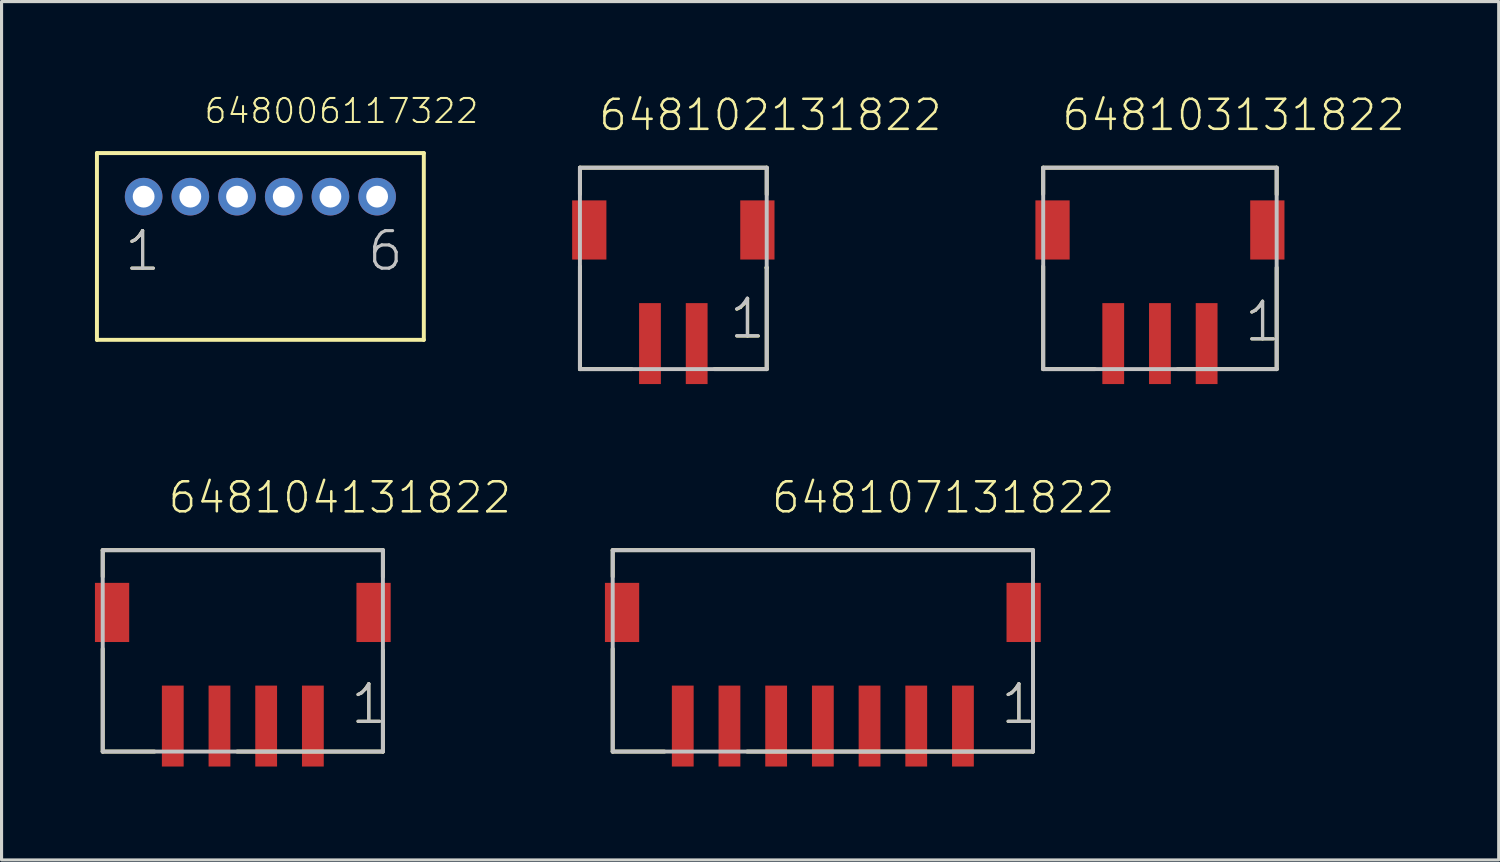
<source format=kicad_pcb>
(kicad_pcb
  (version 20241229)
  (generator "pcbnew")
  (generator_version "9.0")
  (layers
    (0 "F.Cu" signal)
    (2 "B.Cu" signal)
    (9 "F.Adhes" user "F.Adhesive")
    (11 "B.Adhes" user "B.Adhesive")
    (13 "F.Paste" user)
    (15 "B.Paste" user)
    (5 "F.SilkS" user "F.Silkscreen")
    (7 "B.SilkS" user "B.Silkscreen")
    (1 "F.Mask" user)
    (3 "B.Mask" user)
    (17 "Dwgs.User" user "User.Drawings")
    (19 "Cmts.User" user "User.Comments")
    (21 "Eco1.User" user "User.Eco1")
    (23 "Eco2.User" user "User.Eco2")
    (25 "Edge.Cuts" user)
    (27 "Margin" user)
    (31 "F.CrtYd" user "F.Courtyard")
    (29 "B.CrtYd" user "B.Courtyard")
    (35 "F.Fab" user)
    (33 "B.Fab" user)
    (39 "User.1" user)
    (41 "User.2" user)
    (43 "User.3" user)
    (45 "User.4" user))
  (footprint "648102131822"
    (layer "F.Cu")
    (at 18.579 7.987)
    (property "Reference" "648102131822" (at -2.45 -6.777 0) (layer "F.SilkS") (effects (font (size 0.965 0.965) (thickness 0.081)) (justify left bottom)))
    (attr through_hole)
    (fp_line (start -3 -5.65) (end 3 -5.65) (stroke (width 0.127) (type solid)) (layer "F.SilkS"))
    (fp_line (start -3 -4.8) (end -3 -5.65) (stroke (width 0.127) (type solid)) (layer "F.SilkS"))
    (fp_line (start -3 -2.48) (end -3 0.82) (stroke (width 0.127) (type solid)) (layer "F.SilkS"))
    (fp_line (start -3 0.82) (end -1.34 0.82) (stroke (width 0.127) (type solid)) (layer "F.SilkS"))
    (fp_line (start 2.99 -2.44) (end 3 -2.44) (stroke (width 0.127) (type solid)) (layer "F.SilkS"))
    (fp_line (start 3 -5.65) (end 3 -4.79) (stroke (width 0.127) (type solid)) (layer "F.SilkS"))
    (fp_line (start 3 -2.44) (end 3 0.82) (stroke (width 0.127) (type solid)) (layer "F.SilkS"))
    (fp_line (start 3 0.82) (end 1.32 0.82) (stroke (width 0.127) (type solid)) (layer "F.SilkS"))
    (fp_line (start -3 -5.65) (end -3 0.82) (stroke (width 0.127) (type solid)) (layer "Dwgs.User"))
    (fp_line (start -3 0.82) (end 3 0.82) (stroke (width 0.127) (type solid)) (layer "Dwgs.User"))
    (fp_line (start 3 -5.65) (end -3 -5.65) (stroke (width 0.127) (type solid)) (layer "Dwgs.User"))
    (fp_line (start 3 0.82) (end 3 -5.65) (stroke (width 0.127) (type solid)) (layer "Dwgs.User"))
    (fp_text user "1" (at 1.745 -0.09 0) (layer "F.SilkS") (effects (font (size 1.206 1.206) (thickness 0.102)) (justify left bottom)))
    (fp_text user "1" (at 1.735 -0.1 0) (layer "Dwgs.User") (effects (font (size 1.206 1.206) (thickness 0.102)) (justify left bottom)))
    (pad "1" smd rect (at 0.75 0 180) (size 0.7 2.6) (layers "F.Cu" "F.Mask" "F.Paste"))
    (pad "2" smd rect (at -0.75 0 180) (size 0.7 2.6) (layers "F.Cu" "F.Mask" "F.Paste"))
    (pad "Z1" smd rect (at -2.7 -3.65 180) (size 1.1 1.9) (layers "F.Cu" "F.Mask" "F.Paste"))
    (pad "Z2" smd rect (at 2.7 -3.65 180) (size 1.1 1.9) (layers "F.Cu" "F.Mask" "F.Paste")))
  (footprint "648103131822"
    (layer "F.Cu")
    (at 34.21 7.987)
    (property "Reference" "648103131822" (at -3.2 -6.777 0) (layer "F.SilkS") (effects (font (size 0.965 0.965) (thickness 0.081)) (justify left bottom)))
    (attr through_hole)
    (fp_line (start -3.75 -5.65) (end 3.75 -5.65) (stroke (width 0.127) (type solid)) (layer "F.SilkS"))
    (fp_line (start -3.75 -4.8) (end -3.75 -5.65) (stroke (width 0.127) (type solid)) (layer "F.SilkS"))
    (fp_line (start -3.75 -2.48) (end -3.75 0.82) (stroke (width 0.127) (type solid)) (layer "F.SilkS"))
    (fp_line (start -3.75 0.82) (end -2.09 0.82) (stroke (width 0.127) (type solid)) (layer "F.SilkS"))
    (fp_line (start 3.75 -5.65) (end 3.75 -4.79) (stroke (width 0.127) (type solid)) (layer "F.SilkS"))
    (fp_line (start 3.75 -2.44) (end 3.75 0.82) (stroke (width 0.127) (type solid)) (layer "F.SilkS"))
    (fp_line (start 3.75 0.82) (end 0.57 0.82) (stroke (width 0.127) (type solid)) (layer "F.SilkS"))
    (fp_line (start -3.75 -5.65) (end -3.75 0.82) (stroke (width 0.127) (type solid)) (layer "Dwgs.User"))
    (fp_line (start -3.75 0.82) (end 3.75 0.82) (stroke (width 0.127) (type solid)) (layer "Dwgs.User"))
    (fp_line (start 3.75 -5.65) (end -3.75 -5.65) (stroke (width 0.127) (type solid)) (layer "Dwgs.User"))
    (fp_line (start 3.75 0.82) (end 3.75 -5.65) (stroke (width 0.127) (type solid)) (layer "Dwgs.User"))
    (fp_text user "1" (at 2.655 0 0) (layer "F.SilkS") (effects (font (size 1.206 1.206) (thickness 0.102)) (justify left bottom)))
    (fp_text user "1" (at 2.655 0 0) (layer "Dwgs.User") (effects (font (size 1.206 1.206) (thickness 0.102)) (justify left bottom)))
    (pad "1" smd rect (at 1.5 0 180) (size 0.7 2.6) (layers "F.Cu" "F.Mask" "F.Paste"))
    (pad "2" smd rect (at 0 0 180) (size 0.7 2.6) (layers "F.Cu" "F.Mask" "F.Paste"))
    (pad "3" smd rect (at -1.5 0 180) (size 0.7 2.6) (layers "F.Cu" "F.Mask" "F.Paste"))
    (pad "Z1" smd rect (at -3.45 -3.65 180) (size 1.1 1.9) (layers "F.Cu" "F.Mask" "F.Paste"))
    (pad "Z2" smd rect (at 3.45 -3.65 180) (size 1.1 1.9) (layers "F.Cu" "F.Mask" "F.Paste")))
  (footprint "648006117322"
    (layer "F.Cu")
    (at 5.314 3.267)
    (property "Reference" "648006117322" (at -1.85 -2.3 0) (layer "F.SilkS") (effects (font (size 0.772 0.772) (thickness 0.065)) (justify left bottom)))
    (attr through_hole)
    (fp_line (start -5.25 -1.4) (end 5.25 -1.4) (stroke (width 0.127) (type solid)) (layer "F.SilkS"))
    (fp_line (start -5.25 4.6) (end -5.25 -1.4) (stroke (width 0.127) (type solid)) (layer "F.SilkS"))
    (fp_line (start 5.25 -1.4) (end 5.25 4.6) (stroke (width 0.127) (type solid)) (layer "F.SilkS"))
    (fp_line (start 5.25 4.6) (end -5.25 4.6) (stroke (width 0.127) (type solid)) (layer "F.SilkS"))
    (fp_text user "1" (at -4.425 2.45 0) (layer "F.SilkS") (effects (font (size 1.206 1.206) (thickness 0.102)) (justify left bottom)))
    (fp_text user "1" (at -4.425 2.45 0) (layer "Dwgs.User") (effects (font (size 1.206 1.206) (thickness 0.102)) (justify left bottom)))
    (fp_text user "6" (at 3.375 2.45 0) (layer "Dwgs.User") (effects (font (size 1.206 1.206) (thickness 0.102)) (justify left bottom)))
    (pad "1" thru_hole circle (at -3.75 0) (size 1.208 1.208) (drill 0.7) (layers "*.Cu" "*.Mask"))
    (pad "2" thru_hole circle (at -2.25 0) (size 1.208 1.208) (drill 0.7) (layers "*.Cu" "*.Mask"))
    (pad "3" thru_hole circle (at -0.75 0) (size 1.208 1.208) (drill 0.7) (layers "*.Cu" "*.Mask"))
    (pad "4" thru_hole circle (at 0.75 0) (size 1.208 1.208) (drill 0.7) (layers "*.Cu" "*.Mask"))
    (pad "5" thru_hole circle (at 2.25 0) (size 1.208 1.208) (drill 0.7) (layers "*.Cu" "*.Mask"))
    (pad "6" thru_hole circle (at 3.75 0) (size 1.208 1.208) (drill 0.7) (layers "*.Cu" "*.Mask")))
  (footprint "648104131822"
    (layer "F.Cu")
    (at 4.75 20.273)
    (property "Reference" "648104131822" (at -2.45 -6.777 0) (layer "F.SilkS") (effects (font (size 0.965 0.965) (thickness 0.081)) (justify left bottom)))
    (attr through_hole)
    (fp_line (start -4.5 -5.65) (end 4.5 -5.65) (stroke (width 0.127) (type solid)) (layer "F.SilkS"))
    (fp_line (start -4.5 -4.8) (end -4.5 -5.65) (stroke (width 0.127) (type solid)) (layer "F.SilkS"))
    (fp_line (start -4.5 -2.48) (end -4.5 0.82) (stroke (width 0.127) (type solid)) (layer "F.SilkS"))
    (fp_line (start -4.5 0.82) (end -2.84 0.82) (stroke (width 0.127) (type solid)) (layer "F.SilkS"))
    (fp_line (start 4.5 -5.65) (end 4.5 -4.79) (stroke (width 0.127) (type solid)) (layer "F.SilkS"))
    (fp_line (start 4.5 -2.44) (end 4.5 0.82) (stroke (width 0.127) (type solid)) (layer "F.SilkS"))
    (fp_line (start 4.5 0.82) (end -0.18 0.82) (stroke (width 0.127) (type solid)) (layer "F.SilkS"))
    (fp_line (start -4.5 -5.65) (end -4.5 0.82) (stroke (width 0.127) (type solid)) (layer "Dwgs.User"))
    (fp_line (start -4.5 0.82) (end 4.5 0.82) (stroke (width 0.127) (type solid)) (layer "Dwgs.User"))
    (fp_line (start 4.5 -5.65) (end -4.5 -5.65) (stroke (width 0.127) (type solid)) (layer "Dwgs.User"))
    (fp_line (start 4.5 0.82) (end 4.5 -5.65) (stroke (width 0.127) (type solid)) (layer "Dwgs.User"))
    (fp_text user "1" (at 3.405 0 0) (layer "F.SilkS") (effects (font (size 1.206 1.206) (thickness 0.102)) (justify left bottom)))
    (fp_text user "1" (at 3.405 0 0) (layer "Dwgs.User") (effects (font (size 1.206 1.206) (thickness 0.102)) (justify left bottom)))
    (pad "1" smd rect (at 2.25 0 180) (size 0.7 2.6) (layers "F.Cu" "F.Mask" "F.Paste"))
    (pad "2" smd rect (at 0.75 0 180) (size 0.7 2.6) (layers "F.Cu" "F.Mask" "F.Paste"))
    (pad "3" smd rect (at -0.75 0 180) (size 0.7 2.6) (layers "F.Cu" "F.Mask" "F.Paste"))
    (pad "4" smd rect (at -2.25 0 180) (size 0.7 2.6) (layers "F.Cu" "F.Mask" "F.Paste"))
    (pad "Z1" smd rect (at -4.2 -3.65 180) (size 1.1 1.9) (layers "F.Cu" "F.Mask" "F.Paste"))
    (pad "Z2" smd rect (at 4.2 -3.65 180) (size 1.1 1.9) (layers "F.Cu" "F.Mask" "F.Paste")))
  (footprint "648107131822"
    (layer "F.Cu")
    (at 23.382 20.273)
    (property "Reference" "648107131822" (at -1.7 -6.777 0) (layer "F.SilkS") (effects (font (size 0.965 0.965) (thickness 0.081)) (justify left bottom)))
    (attr through_hole)
    (fp_line (start -6.75 -5.65) (end 6.75 -5.65) (stroke (width 0.127) (type solid)) (layer "F.SilkS"))
    (fp_line (start -6.75 -4.8) (end -6.75 -5.65) (stroke (width 0.127) (type solid)) (layer "F.SilkS"))
    (fp_line (start -6.75 -2.48) (end -6.75 0.82) (stroke (width 0.127) (type solid)) (layer "F.SilkS"))
    (fp_line (start -6.75 0.82) (end -5.09 0.82) (stroke (width 0.127) (type solid)) (layer "F.SilkS"))
    (fp_line (start 6.75 -5.65) (end 6.75 -4.79) (stroke (width 0.127) (type solid)) (layer "F.SilkS"))
    (fp_line (start 6.75 -2.44) (end 6.75 0.82) (stroke (width 0.127) (type solid)) (layer "F.SilkS"))
    (fp_line (start 6.75 0.82) (end -2.43 0.82) (stroke (width 0.127) (type solid)) (layer "F.SilkS"))
    (fp_line (start -6.75 -5.65) (end -6.75 0.82) (stroke (width 0.127) (type solid)) (layer "Dwgs.User"))
    (fp_line (start -6.75 0.82) (end 6.75 0.82) (stroke (width 0.127) (type solid)) (layer "Dwgs.User"))
    (fp_line (start 6.75 -5.65) (end -6.75 -5.65) (stroke (width 0.127) (type solid)) (layer "Dwgs.User"))
    (fp_line (start 6.75 0.82) (end 6.75 -5.65) (stroke (width 0.127) (type solid)) (layer "Dwgs.User"))
    (fp_text user "1" (at 5.655 0 0) (layer "F.SilkS") (effects (font (size 1.206 1.206) (thickness 0.102)) (justify left bottom)))
    (fp_text user "1" (at 5.655 0 0) (layer "Dwgs.User") (effects (font (size 1.206 1.206) (thickness 0.102)) (justify left bottom)))
    (pad "1" smd rect (at 4.5 0 180) (size 0.7 2.6) (layers "F.Cu" "F.Mask" "F.Paste"))
    (pad "2" smd rect (at 3 0 180) (size 0.7 2.6) (layers "F.Cu" "F.Mask" "F.Paste"))
    (pad "3" smd rect (at 1.5 0 180) (size 0.7 2.6) (layers "F.Cu" "F.Mask" "F.Paste"))
    (pad "4" smd rect (at 0 0 180) (size 0.7 2.6) (layers "F.Cu" "F.Mask" "F.Paste"))
    (pad "5" smd rect (at -1.5 0 180) (size 0.7 2.6) (layers "F.Cu" "F.Mask" "F.Paste"))
    (pad "6" smd rect (at -3 0 180) (size 0.7 2.6) (layers "F.Cu" "F.Mask" "F.Paste"))
    (pad "7" smd rect (at -4.5 0 180) (size 0.7 2.6) (layers "F.Cu" "F.Mask" "F.Paste"))
    (pad "Z1" smd rect (at -6.45 -3.65 180) (size 1.1 1.9) (layers "F.Cu" "F.Mask" "F.Paste"))
    (pad "Z2" smd rect (at 6.45 -3.65 180) (size 1.1 1.9) (layers "F.Cu" "F.Mask" "F.Paste")))
  (gr_rect
    (start -3 -3)
    (end 45.092 24.573)
    (stroke (width 0.1) (type default))
    (fill no)
    (layer "Edge.Cuts")))
</source>
